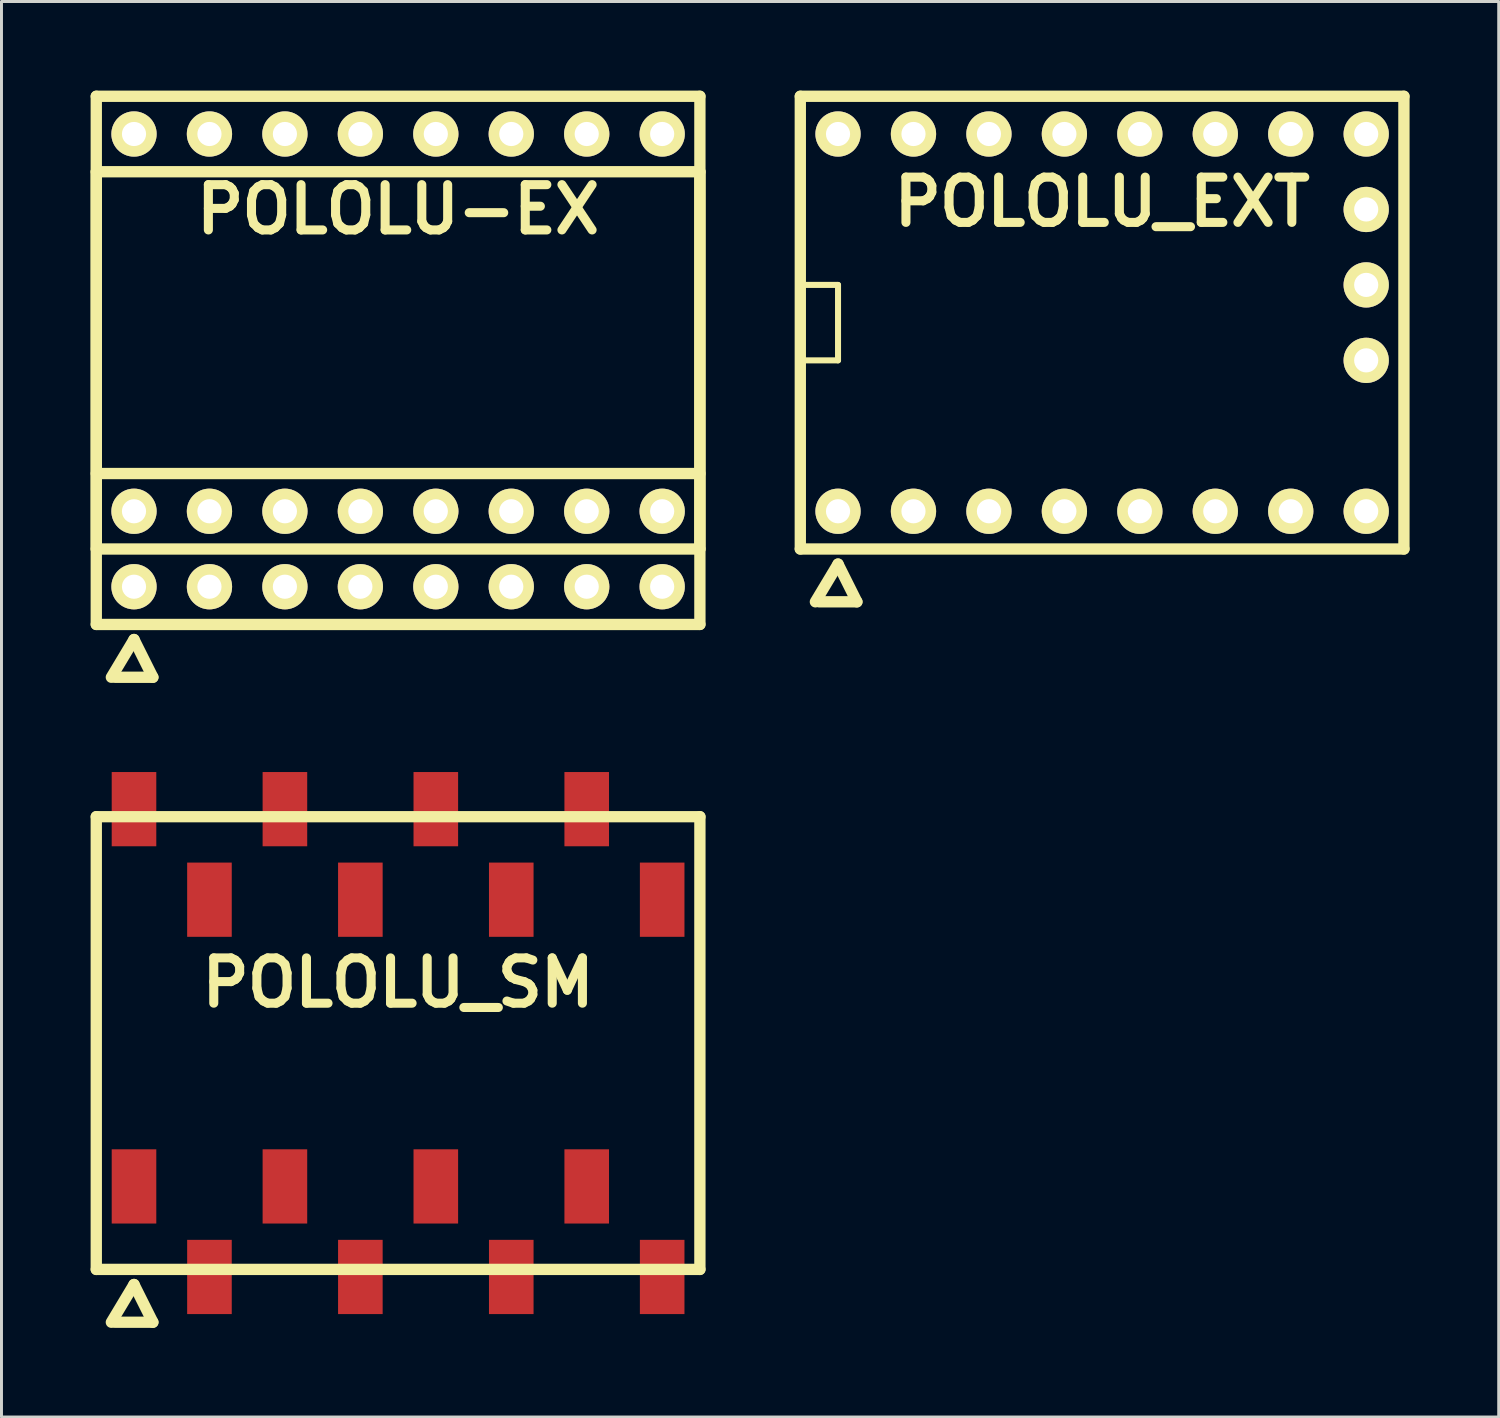
<source format=kicad_pcb>
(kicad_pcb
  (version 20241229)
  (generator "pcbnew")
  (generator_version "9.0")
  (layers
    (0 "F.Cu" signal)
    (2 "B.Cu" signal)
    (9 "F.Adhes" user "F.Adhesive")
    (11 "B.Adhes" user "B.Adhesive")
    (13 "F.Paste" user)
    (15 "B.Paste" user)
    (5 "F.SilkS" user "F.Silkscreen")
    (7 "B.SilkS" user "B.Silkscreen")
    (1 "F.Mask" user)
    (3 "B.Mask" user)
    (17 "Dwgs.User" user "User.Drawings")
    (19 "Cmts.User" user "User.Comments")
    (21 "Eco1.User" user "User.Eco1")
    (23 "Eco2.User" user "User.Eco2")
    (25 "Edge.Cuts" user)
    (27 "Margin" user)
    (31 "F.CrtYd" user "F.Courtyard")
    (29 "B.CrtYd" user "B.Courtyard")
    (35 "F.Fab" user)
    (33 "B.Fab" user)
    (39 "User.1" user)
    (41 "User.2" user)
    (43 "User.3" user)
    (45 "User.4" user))
  (footprint "POLOLU_EXT"
    (layer "F.Cu")
    (at 34.051 14.161)
    (property "Reference" "POLOLU_EXT" (at 0 -10.414 0) (layer "F.SilkS") (effects (font (size 1.524 1.524) (thickness 0.305))))
    (attr through_hole)
    (fp_line (start -10.16 -13.97) (end 10.16 -13.97) (stroke (width 0.381) (type solid)) (layer "F.SilkS"))
    (fp_line (start -10.16 -7.62) (end -8.89 -7.62) (stroke (width 0.203) (type solid)) (layer "F.SilkS"))
    (fp_line (start -10.16 1.27) (end -10.16 -13.97) (stroke (width 0.381) (type solid)) (layer "F.SilkS"))
    (fp_line (start -9.652 3.048) (end -8.89 1.778) (stroke (width 0.381) (type solid)) (layer "F.SilkS"))
    (fp_line (start -8.89 -7.62) (end -8.89 -5.08) (stroke (width 0.203) (type solid)) (layer "F.SilkS"))
    (fp_line (start -8.89 -5.08) (end -10.16 -5.08) (stroke (width 0.203) (type solid)) (layer "F.SilkS"))
    (fp_line (start -8.89 1.778) (end -8.255 3.048) (stroke (width 0.381) (type solid)) (layer "F.SilkS"))
    (fp_line (start -8.255 3.048) (end -9.525 3.048) (stroke (width 0.381) (type solid)) (layer "F.SilkS"))
    (fp_line (start 10.16 -13.97) (end 10.16 1.27) (stroke (width 0.381) (type solid)) (layer "F.SilkS"))
    (fp_line (start 10.16 1.27) (end -10.16 1.27) (stroke (width 0.381) (type solid)) (layer "F.SilkS"))
    (pad "1" thru_hole circle (at -8.89 0) (size 1.524 1.524) (drill 0.813) (layers "*.Cu" "*.Mask" "F.SilkS"))
    (pad "2" thru_hole circle (at -6.35 0) (size 1.524 1.524) (drill 0.813) (layers "*.Cu" "*.Mask" "F.SilkS"))
    (pad "3" thru_hole circle (at -3.81 0) (size 1.524 1.524) (drill 0.813) (layers "*.Cu" "*.Mask" "F.SilkS"))
    (pad "4" thru_hole circle (at -1.27 0) (size 1.524 1.524) (drill 0.813) (layers "*.Cu" "*.Mask" "F.SilkS"))
    (pad "5" thru_hole circle (at 1.27 0) (size 1.524 1.524) (drill 0.813) (layers "*.Cu" "*.Mask" "F.SilkS"))
    (pad "6" thru_hole circle (at 3.81 0) (size 1.524 1.524) (drill 0.813) (layers "*.Cu" "*.Mask" "F.SilkS"))
    (pad "7" thru_hole circle (at 6.35 0) (size 1.524 1.524) (drill 0.813) (layers "*.Cu" "*.Mask" "F.SilkS"))
    (pad "8" thru_hole circle (at 8.89 0) (size 1.524 1.524) (drill 0.813) (layers "*.Cu" "*.Mask" "F.SilkS"))
    (pad "9" thru_hole circle (at 8.89 -12.7) (size 1.524 1.524) (drill 0.813) (layers "*.Cu" "*.Mask" "F.SilkS"))
    (pad "10" thru_hole circle (at 6.35 -12.7) (size 1.524 1.524) (drill 0.813) (layers "*.Cu" "*.Mask" "F.SilkS"))
    (pad "11" thru_hole circle (at 3.81 -12.7) (size 1.524 1.524) (drill 0.813) (layers "*.Cu" "*.Mask" "F.SilkS"))
    (pad "12" thru_hole circle (at 1.27 -12.7) (size 1.524 1.524) (drill 0.813) (layers "*.Cu" "*.Mask" "F.SilkS"))
    (pad "13" thru_hole circle (at -1.27 -12.7) (size 1.524 1.524) (drill 0.813) (layers "*.Cu" "*.Mask" "F.SilkS"))
    (pad "14" thru_hole circle (at -3.81 -12.7) (size 1.524 1.524) (drill 0.813) (layers "*.Cu" "*.Mask" "F.SilkS"))
    (pad "15" thru_hole circle (at -6.35 -12.7) (size 1.524 1.524) (drill 0.813) (layers "*.Cu" "*.Mask" "F.SilkS"))
    (pad "16" thru_hole circle (at -8.89 -12.7) (size 1.524 1.524) (drill 0.813) (layers "*.Cu" "*.Mask" "F.SilkS"))
    (pad "17" thru_hole circle (at 8.89 -10.16) (size 1.524 1.524) (drill 0.813) (layers "*.Cu" "*.Mask" "F.SilkS"))
    (pad "18" thru_hole circle (at 8.89 -7.62) (size 1.524 1.524) (drill 0.813) (layers "*.Cu" "*.Mask" "F.SilkS"))
    (pad "19" thru_hole circle (at 8.89 -5.08) (size 1.524 1.524) (drill 0.813) (layers "*.Cu" "*.Mask" "F.SilkS")))
  (footprint "POLOLU_SM"
    (layer "F.Cu")
    (at 10.351 38.413)
    (property "Reference" "POLOLU_SM" (at 0 -8.382 0) (layer "F.SilkS") (effects (font (size 1.524 1.524) (thickness 0.305))))
    (attr through_hole)
    (fp_line (start -10.16 -13.97) (end 10.16 -13.97) (stroke (width 0.381) (type solid)) (layer "F.SilkS"))
    (fp_line (start -10.16 1.27) (end -10.16 -13.97) (stroke (width 0.381) (type solid)) (layer "F.SilkS"))
    (fp_line (start -9.652 3.048) (end -8.89 1.778) (stroke (width 0.381) (type solid)) (layer "F.SilkS"))
    (fp_line (start -8.89 1.778) (end -8.255 3.048) (stroke (width 0.381) (type solid)) (layer "F.SilkS"))
    (fp_line (start -8.255 3.048) (end -9.525 3.048) (stroke (width 0.381) (type solid)) (layer "F.SilkS"))
    (fp_line (start 10.16 -13.97) (end 10.16 1.27) (stroke (width 0.381) (type solid)) (layer "F.SilkS"))
    (fp_line (start 10.16 1.27) (end -10.16 1.27) (stroke (width 0.381) (type solid)) (layer "F.SilkS"))
    (pad "1" smd rect (at -8.89 -1.524) (size 1.501 2.499) (layers "F.Cu" "F.Mask" "F.Paste"))
    (pad "2" smd rect (at -6.35 1.524) (size 1.501 2.499) (layers "F.Cu" "F.Mask" "F.Paste"))
    (pad "3" smd rect (at -3.81 -1.524) (size 1.501 2.499) (layers "F.Cu" "F.Mask" "F.Paste"))
    (pad "4" smd rect (at -1.27 1.524) (size 1.501 2.499) (layers "F.Cu" "F.Mask" "F.Paste"))
    (pad "5" smd rect (at 1.27 -1.524) (size 1.501 2.499) (layers "F.Cu" "F.Mask" "F.Paste"))
    (pad "6" smd rect (at 3.81 1.524) (size 1.501 2.499) (layers "F.Cu" "F.Mask" "F.Paste"))
    (pad "7" smd rect (at 6.35 -1.524) (size 1.501 2.499) (layers "F.Cu" "F.Mask" "F.Paste"))
    (pad "8" smd rect (at 8.89 1.524) (size 1.501 2.499) (layers "F.Cu" "F.Mask" "F.Paste"))
    (pad "9" smd rect (at 8.89 -11.176) (size 1.501 2.499) (layers "F.Cu" "F.Mask" "F.Paste"))
    (pad "10" smd rect (at 6.35 -14.224) (size 1.501 2.499) (layers "F.Cu" "F.Mask" "F.Paste"))
    (pad "11" smd rect (at 3.81 -11.176) (size 1.501 2.499) (layers "F.Cu" "F.Mask" "F.Paste"))
    (pad "12" smd rect (at 1.27 -14.224) (size 1.501 2.499) (layers "F.Cu" "F.Mask" "F.Paste"))
    (pad "13" smd rect (at -1.27 -11.176) (size 1.501 2.499) (layers "F.Cu" "F.Mask" "F.Paste"))
    (pad "14" smd rect (at -3.81 -14.224) (size 1.501 2.499) (layers "F.Cu" "F.Mask" "F.Paste"))
    (pad "15" smd rect (at -6.35 -11.176) (size 1.501 2.499) (layers "F.Cu" "F.Mask" "F.Paste"))
    (pad "16" smd rect (at -8.89 -14.224) (size 1.501 2.499) (layers "F.Cu" "F.Mask" "F.Paste")))
  (footprint "POLOLU-EX"
    (layer "F.Cu")
    (at 10.351 14.161)
    (property "Reference" "POLOLU-EX" (at 0 -10.16 0) (layer "F.SilkS") (effects (font (size 1.524 1.524) (thickness 0.305))))
    (attr through_hole)
    (fp_line (start -10.16 -13.97) (end 10.16 -13.97) (stroke (width 0.381) (type solid)) (layer "F.SilkS"))
    (fp_line (start -10.16 -11.43) (end 10.16 -11.43) (stroke (width 0.381) (type solid)) (layer "F.SilkS"))
    (fp_line (start -10.16 -1.27) (end 10.16 -1.27) (stroke (width 0.381) (type solid)) (layer "F.SilkS"))
    (fp_line (start -10.16 1.27) (end -10.16 -13.97) (stroke (width 0.381) (type solid)) (layer "F.SilkS"))
    (fp_line (start -10.16 3.81) (end -10.16 -11.43) (stroke (width 0.381) (type solid)) (layer "F.SilkS"))
    (fp_line (start -9.652 5.588) (end -8.89 4.318) (stroke (width 0.381) (type solid)) (layer "F.SilkS"))
    (fp_line (start -8.89 4.318) (end -8.255 5.588) (stroke (width 0.381) (type solid)) (layer "F.SilkS"))
    (fp_line (start -8.255 5.588) (end -9.525 5.588) (stroke (width 0.381) (type solid)) (layer "F.SilkS"))
    (fp_line (start 10.16 -13.97) (end 10.16 1.27) (stroke (width 0.381) (type solid)) (layer "F.SilkS"))
    (fp_line (start 10.16 -11.43) (end 10.16 3.81) (stroke (width 0.381) (type solid)) (layer "F.SilkS"))
    (fp_line (start 10.16 1.27) (end -10.16 1.27) (stroke (width 0.381) (type solid)) (layer "F.SilkS"))
    (fp_line (start 10.16 3.81) (end -10.16 3.81) (stroke (width 0.381) (type solid)) (layer "F.SilkS"))
    (pad "1" thru_hole circle (at -8.89 0) (size 1.524 1.524) (drill 0.813) (layers "*.Cu" "*.Mask" "F.SilkS"))
    (pad "1" thru_hole circle (at -8.89 2.54) (size 1.524 1.524) (drill 0.813) (layers "*.Cu" "*.Mask" "F.SilkS"))
    (pad "2" thru_hole circle (at -6.35 0) (size 1.524 1.524) (drill 0.813) (layers "*.Cu" "*.Mask" "F.SilkS"))
    (pad "2" thru_hole circle (at -6.35 2.54) (size 1.524 1.524) (drill 0.813) (layers "*.Cu" "*.Mask" "F.SilkS"))
    (pad "3" thru_hole circle (at -3.81 0) (size 1.524 1.524) (drill 0.813) (layers "*.Cu" "*.Mask" "F.SilkS"))
    (pad "3" thru_hole circle (at -3.81 2.54) (size 1.524 1.524) (drill 0.813) (layers "*.Cu" "*.Mask" "F.SilkS"))
    (pad "4" thru_hole circle (at -1.27 0) (size 1.524 1.524) (drill 0.813) (layers "*.Cu" "*.Mask" "F.SilkS"))
    (pad "4" thru_hole circle (at -1.27 2.54) (size 1.524 1.524) (drill 0.813) (layers "*.Cu" "*.Mask" "F.SilkS"))
    (pad "5" thru_hole circle (at 1.27 0) (size 1.524 1.524) (drill 0.813) (layers "*.Cu" "*.Mask" "F.SilkS"))
    (pad "5" thru_hole circle (at 1.27 2.54) (size 1.524 1.524) (drill 0.813) (layers "*.Cu" "*.Mask" "F.SilkS"))
    (pad "6" thru_hole circle (at 3.81 0) (size 1.524 1.524) (drill 0.813) (layers "*.Cu" "*.Mask" "F.SilkS"))
    (pad "6" thru_hole circle (at 3.81 2.54) (size 1.524 1.524) (drill 0.813) (layers "*.Cu" "*.Mask" "F.SilkS"))
    (pad "7" thru_hole circle (at 6.35 0) (size 1.524 1.524) (drill 0.813) (layers "*.Cu" "*.Mask" "F.SilkS"))
    (pad "7" thru_hole circle (at 6.35 2.54) (size 1.524 1.524) (drill 0.813) (layers "*.Cu" "*.Mask" "F.SilkS"))
    (pad "8" thru_hole circle (at 8.89 0) (size 1.524 1.524) (drill 0.813) (layers "*.Cu" "*.Mask" "F.SilkS"))
    (pad "8" thru_hole circle (at 8.89 2.54) (size 1.524 1.524) (drill 0.813) (layers "*.Cu" "*.Mask" "F.SilkS"))
    (pad "9" thru_hole circle (at 8.89 -12.7) (size 1.524 1.524) (drill 0.813) (layers "*.Cu" "*.Mask" "F.SilkS"))
    (pad "10" thru_hole circle (at 6.35 -12.7) (size 1.524 1.524) (drill 0.813) (layers "*.Cu" "*.Mask" "F.SilkS"))
    (pad "11" thru_hole circle (at 3.81 -12.7) (size 1.524 1.524) (drill 0.813) (layers "*.Cu" "*.Mask" "F.SilkS"))
    (pad "12" thru_hole circle (at 1.27 -12.7) (size 1.524 1.524) (drill 0.813) (layers "*.Cu" "*.Mask" "F.SilkS"))
    (pad "13" thru_hole circle (at -1.27 -12.7) (size 1.524 1.524) (drill 0.813) (layers "*.Cu" "*.Mask" "F.SilkS"))
    (pad "14" thru_hole circle (at -3.81 -12.7) (size 1.524 1.524) (drill 0.813) (layers "*.Cu" "*.Mask" "F.SilkS"))
    (pad "15" thru_hole circle (at -6.35 -12.7) (size 1.524 1.524) (drill 0.813) (layers "*.Cu" "*.Mask" "F.SilkS"))
    (pad "16" thru_hole circle (at -8.89 -12.7) (size 1.524 1.524) (drill 0.813) (layers "*.Cu" "*.Mask" "F.SilkS")))
  (gr_rect
    (start -3 -3)
    (end 47.402 44.651)
    (stroke (width 0.1) (type default))
    (fill no)
    (layer "Edge.Cuts")))
</source>
